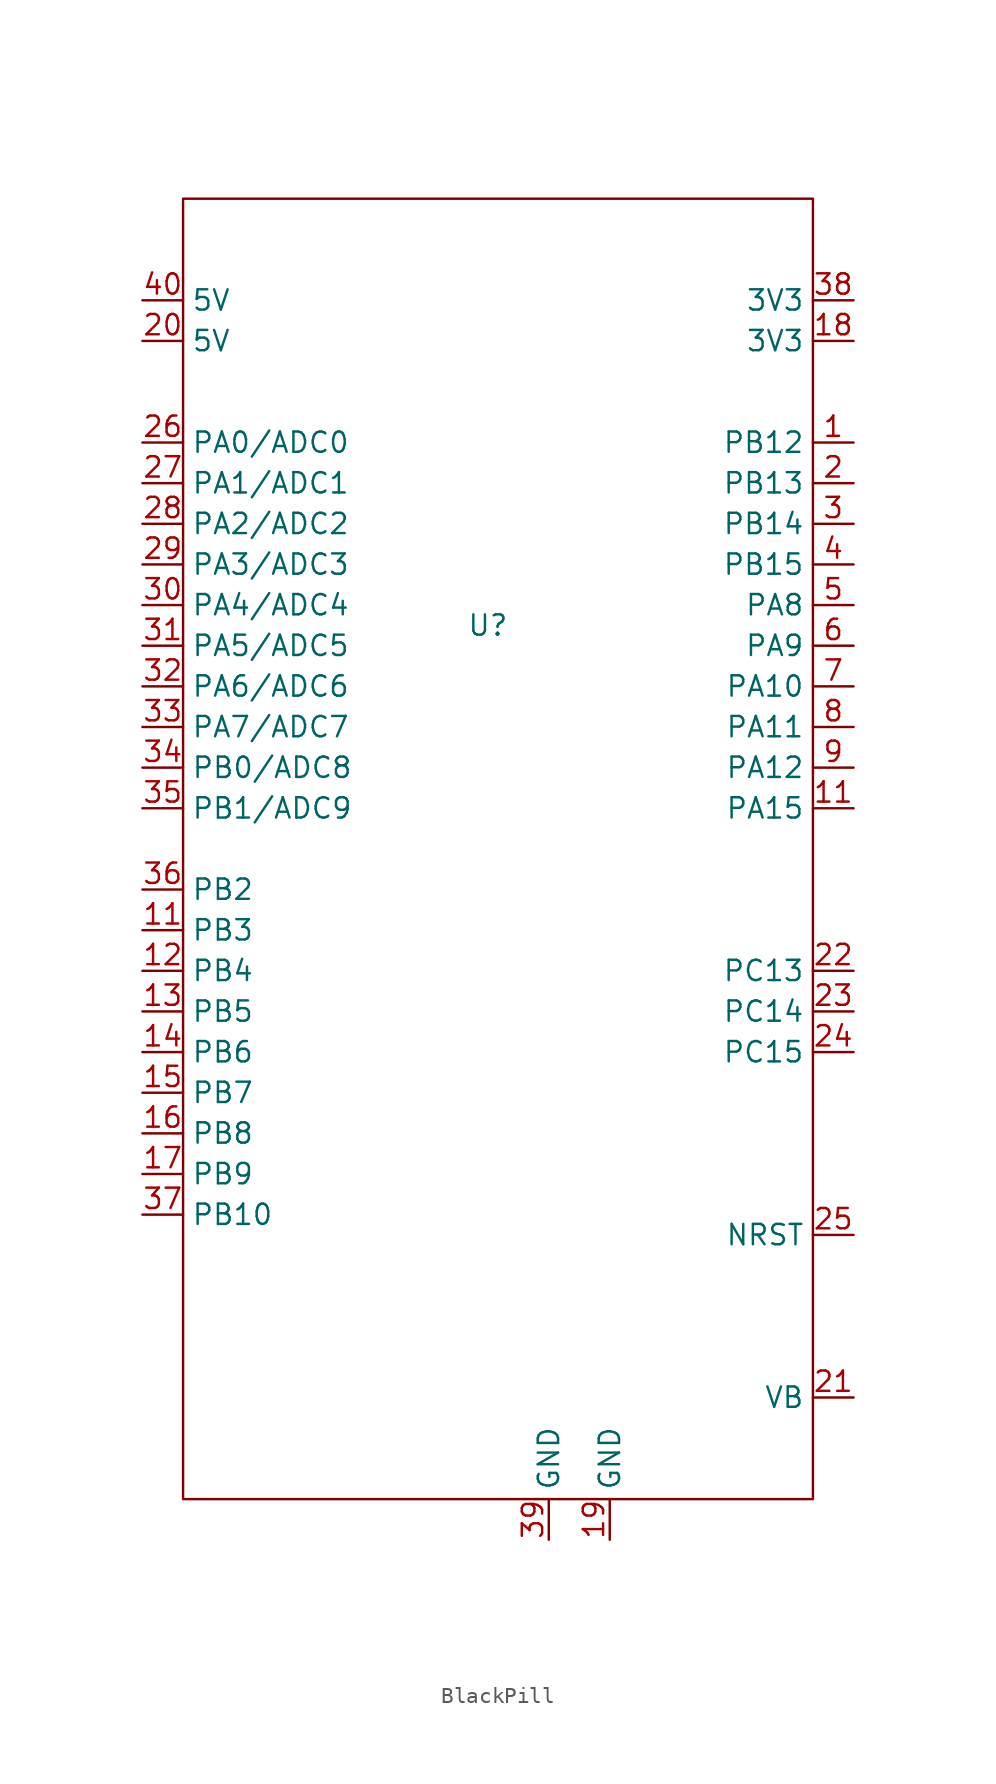
<source format=kicad_sym>
(kicad_symbol_lib
  (version 20220914)
  (generator kicad_symbol_editor)
  (symbol "BlackPill"
    (property "Reference" "U"
      (at 2.54 1.27 0)
      (effects (font (size 1.27 1.27))))
    (property "Value" ""
      (at -12.7 16.51 0)
      (effects (font (size 1.27 1.27))))
    (symbol "BlackPill_0_1"
      (rectangle (start -16.51 22.86) (end -16.51 22.86) (stroke (width 0) (type default)) (fill (type none)))
      (rectangle (start -16.51 27.94) (end 22.86 -53.34) (stroke (width 0) (type default)) (fill (type none))))
    (symbol "BlackPill_1_1"
      (pin input line (at 25.4 12.7 180) (length 2.54) (name "PB12" (effects (font (size 1.27 1.27)))) (number "1" (effects (font (size 1.27 1.27)))))
      (pin input line (at 25.4 -10.16 180) (length 2.54) (name "PA15" (effects (font (size 1.27 1.27)))) (number "11" (effects (font (size 1.27 1.27)))))
      (pin input line (at -19.05 -17.78 0) (length 2.54) (name "PB3" (effects (font (size 1.27 1.27)))) (number "11" (effects (font (size 1.27 1.27)))))
      (pin input line (at -19.05 -20.32 0) (length 2.54) (name "PB4" (effects (font (size 1.27 1.27)))) (number "12" (effects (font (size 1.27 1.27)))))
      (pin input line (at -19.05 -22.86 0) (length 2.54) (name "PB5" (effects (font (size 1.27 1.27)))) (number "13" (effects (font (size 1.27 1.27)))))
      (pin input line (at -19.05 -25.4 0) (length 2.54) (name "PB6" (effects (font (size 1.27 1.27)))) (number "14" (effects (font (size 1.27 1.27)))))
      (pin input line (at -19.05 -27.94 0) (length 2.54) (name "PB7" (effects (font (size 1.27 1.27)))) (number "15" (effects (font (size 1.27 1.27)))))
      (pin input line (at -19.05 -30.48 0) (length 2.54) (name "PB8" (effects (font (size 1.27 1.27)))) (number "16" (effects (font (size 1.27 1.27)))))
      (pin input line (at -19.05 -33.02 0) (length 2.54) (name "PB9" (effects (font (size 1.27 1.27)))) (number "17" (effects (font (size 1.27 1.27)))))
      (pin power_out line (at 25.4 19.05 180) (length 2.54) (name "3V3" (effects (font (size 1.27 1.27)))) (number "18" (effects (font (size 1.27 1.27)))))
      (pin input line (at 10.16 -55.88 90) (length 2.54) (name "GND" (effects (font (size 1.27 1.27)))) (number "19" (effects (font (size 1.27 1.27)))))
      (pin input line (at 25.4 10.16 180) (length 2.54) (name "PB13" (effects (font (size 1.27 1.27)))) (number "2" (effects (font (size 1.27 1.27)))))
      (pin power_in line (at -19.05 19.05 0) (length 2.54) (name "5V" (effects (font (size 1.27 1.27)))) (number "20" (effects (font (size 1.27 1.27)))))
      (pin input line (at 25.4 -46.99 180) (length 2.54) (name "VB" (effects (font (size 1.27 1.27)))) (number "21" (effects (font (size 1.27 1.27)))))
      (pin input line (at 25.4 -20.32 180) (length 2.54) (name "PC13" (effects (font (size 1.27 1.27)))) (number "22" (effects (font (size 1.27 1.27)))))
      (pin input line (at 25.4 -22.86 180) (length 2.54) (name "PC14" (effects (font (size 1.27 1.27)))) (number "23" (effects (font (size 1.27 1.27)))))
      (pin input line (at 25.4 -25.4 180) (length 2.54) (name "PC15" (effects (font (size 1.27 1.27)))) (number "24" (effects (font (size 1.27 1.27)))))
      (pin input line (at 25.4 -36.83 180) (length 2.54) (name "NRST" (effects (font (size 1.27 1.27)))) (number "25" (effects (font (size 1.27 1.27)))))
      (pin input line (at -19.05 12.7 0) (length 2.54) (name "PA0/ADC0" (effects (font (size 1.27 1.27)))) (number "26" (effects (font (size 1.27 1.27)))))
      (pin input line (at -19.05 10.16 0) (length 2.54) (name "PA1/ADC1" (effects (font (size 1.27 1.27)))) (number "27" (effects (font (size 1.27 1.27)))))
      (pin input line (at -19.05 7.62 0) (length 2.54) (name "PA2/ADC2" (effects (font (size 1.27 1.27)))) (number "28" (effects (font (size 1.27 1.27)))))
      (pin input line (at -19.05 5.08 0) (length 2.54) (name "PA3/ADC3" (effects (font (size 1.27 1.27)))) (number "29" (effects (font (size 1.27 1.27)))))
      (pin input line (at 25.4 7.62 180) (length 2.54) (name "PB14" (effects (font (size 1.27 1.27)))) (number "3" (effects (font (size 1.27 1.27)))))
      (pin input line (at -19.05 2.54 0) (length 2.54) (name "PA4/ADC4" (effects (font (size 1.27 1.27)))) (number "30" (effects (font (size 1.27 1.27)))))
      (pin input line (at -19.05 0 0) (length 2.54) (name "PA5/ADC5" (effects (font (size 1.27 1.27)))) (number "31" (effects (font (size 1.27 1.27)))))
      (pin input line (at -19.05 -2.54 0) (length 2.54) (name "PA6/ADC6" (effects (font (size 1.27 1.27)))) (number "32" (effects (font (size 1.27 1.27)))))
      (pin input line (at -19.05 -5.08 0) (length 2.54) (name "PA7/ADC7" (effects (font (size 1.27 1.27)))) (number "33" (effects (font (size 1.27 1.27)))))
      (pin input line (at -19.05 -7.62 0) (length 2.54) (name "PB0/ADC8" (effects (font (size 1.27 1.27)))) (number "34" (effects (font (size 1.27 1.27)))))
      (pin input line (at -19.05 -10.16 0) (length 2.54) (name "PB1/ADC9" (effects (font (size 1.27 1.27)))) (number "35" (effects (font (size 1.27 1.27)))))
      (pin input line (at -19.05 -15.24 0) (length 2.54) (name "PB2" (effects (font (size 1.27 1.27)))) (number "36" (effects (font (size 1.27 1.27)))))
      (pin input line (at -19.05 -35.56 0) (length 2.54) (name "PB10" (effects (font (size 1.27 1.27)))) (number "37" (effects (font (size 1.27 1.27)))))
      (pin power_out line (at 25.4 21.59 180) (length 2.54) (name "3V3" (effects (font (size 1.27 1.27)))) (number "38" (effects (font (size 1.27 1.27)))))
      (pin input line (at 6.35 -55.88 90) (length 2.54) (name "GND" (effects (font (size 1.27 1.27)))) (number "39" (effects (font (size 1.27 1.27)))))
      (pin input line (at 25.4 5.08 180) (length 2.54) (name "PB15" (effects (font (size 1.27 1.27)))) (number "4" (effects (font (size 1.27 1.27)))))
      (pin power_in line (at -19.05 21.59 0) (length 2.54) (name "5V" (effects (font (size 1.27 1.27)))) (number "40" (effects (font (size 1.27 1.27)))))
      (pin input line (at 25.4 2.54 180) (length 2.54) (name "PA8" (effects (font (size 1.27 1.27)))) (number "5" (effects (font (size 1.27 1.27)))))
      (pin input line (at 25.4 0 180) (length 2.54) (name "PA9" (effects (font (size 1.27 1.27)))) (number "6" (effects (font (size 1.27 1.27)))))
      (pin input line (at 25.4 -2.54 180) (length 2.54) (name "PA10" (effects (font (size 1.27 1.27)))) (number "7" (effects (font (size 1.27 1.27)))))
      (pin input line (at 25.4 -5.08 180) (length 2.54) (name "PA11" (effects (font (size 1.27 1.27)))) (number "8" (effects (font (size 1.27 1.27)))))
      (pin input line (at 25.4 -7.62 180) (length 2.54) (name "PA12" (effects (font (size 1.27 1.27)))) (number "9" (effects (font (size 1.27 1.27))))))))
</source>
